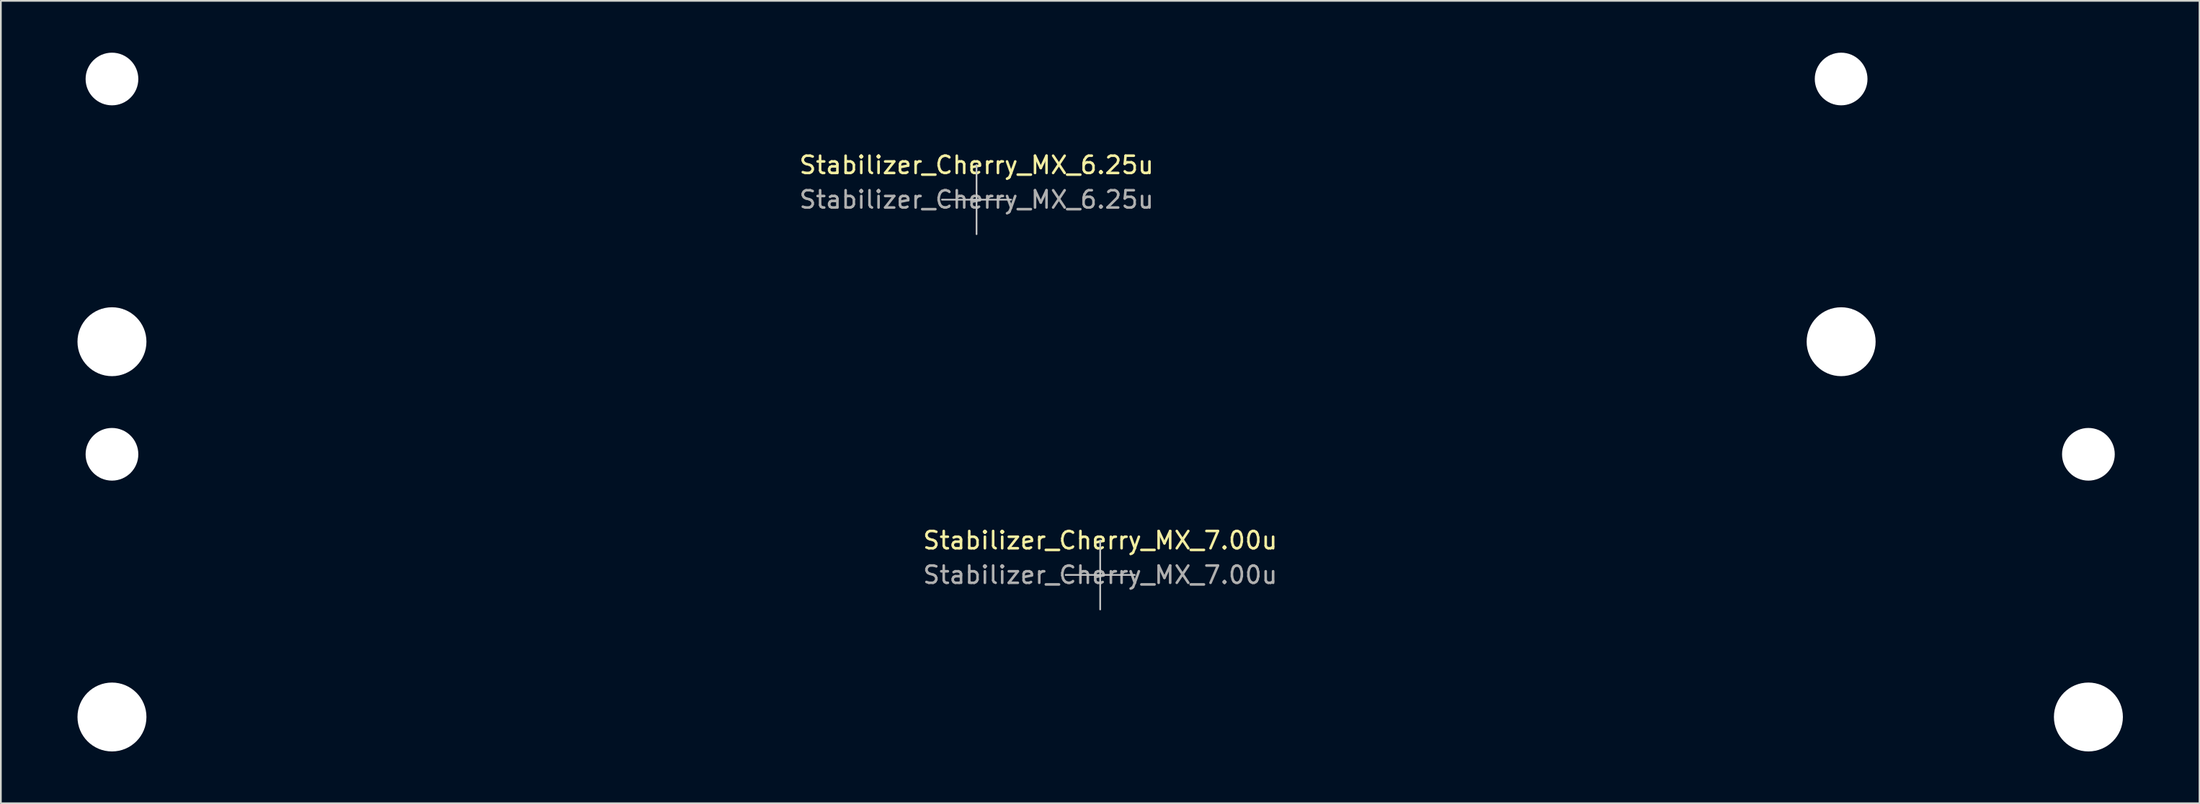
<source format=kicad_pcb>
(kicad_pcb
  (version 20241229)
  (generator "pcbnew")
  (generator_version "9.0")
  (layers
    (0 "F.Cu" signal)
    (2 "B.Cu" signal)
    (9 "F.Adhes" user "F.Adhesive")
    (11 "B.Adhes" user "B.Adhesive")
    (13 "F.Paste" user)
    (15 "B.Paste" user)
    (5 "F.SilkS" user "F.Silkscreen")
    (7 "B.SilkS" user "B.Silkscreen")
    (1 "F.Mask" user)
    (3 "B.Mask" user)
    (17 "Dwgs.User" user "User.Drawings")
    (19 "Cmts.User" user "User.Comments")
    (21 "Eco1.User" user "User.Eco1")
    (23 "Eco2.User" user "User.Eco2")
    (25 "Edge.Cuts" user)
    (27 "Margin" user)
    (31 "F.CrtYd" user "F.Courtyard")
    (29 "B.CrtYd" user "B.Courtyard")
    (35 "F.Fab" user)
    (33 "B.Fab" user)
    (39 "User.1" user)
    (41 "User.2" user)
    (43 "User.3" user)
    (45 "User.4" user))
  (footprint "Stabilizer_Cherry_MX_7.00u"
    (layer "F.Cu")
    (at 60.575 30.237)
    (property "Reference" "Stabilizer_Cherry_MX_7.00u" (at 0 -2 0) (layer "F.SilkS") (effects (font (size 1 1) (thickness 0.15))))
    (attr exclude_from_pos_files exclude_from_bom)
    (fp_line (start -2 0) (end 2 0) (stroke (width 0.1) (type solid)) (layer "Dwgs.User"))
    (fp_line (start 0 2) (end 0 -2) (stroke (width 0.1) (type solid)) (layer "Dwgs.User"))
    (fp_line (start -60.525 -5.53) (end -60.525 6.77) (stroke (width 0.1) (type solid)) (layer "Eco1.User"))
    (fp_line (start -60.525 6.77) (end -53.775 6.77) (stroke (width 0.1) (type solid)) (layer "Eco1.User"))
    (fp_line (start -53.775 -5.53) (end -60.525 -5.53) (stroke (width 0.1) (type solid)) (layer "Eco1.User"))
    (fp_line (start -53.775 6.77) (end -53.775 -5.53) (stroke (width 0.1) (type solid)) (layer "Eco1.User"))
    (fp_line (start 53.775 -5.53) (end 53.775 6.77) (stroke (width 0.1) (type solid)) (layer "Eco1.User"))
    (fp_line (start 53.775 6.77) (end 60.525 6.77) (stroke (width 0.1) (type solid)) (layer "Eco1.User"))
    (fp_line (start 60.525 -5.53) (end 53.775 -5.53) (stroke (width 0.1) (type solid)) (layer "Eco1.User"))
    (fp_line (start 60.525 6.77) (end 60.525 -5.53) (stroke (width 0.1) (type solid)) (layer "Eco1.User"))
    (fp_text user "${REFERENCE}" (at 0 0 0) (layer "F.Fab") (effects (font (size 1 1) (thickness 0.15))))
    (pad "" np_thru_hole circle (at -57.15 -6.985) (size 3.048 3.048) (drill 3.048) (layers "*.Cu" "*.Mask"))
    (pad "" np_thru_hole circle (at -57.15 8.225) (size 3.988 3.988) (drill 3.988) (layers "*.Cu" "*.Mask"))
    (pad "" np_thru_hole circle (at 57.15 -6.985) (size 3.048 3.048) (drill 3.048) (layers "*.Cu" "*.Mask"))
    (pad "" np_thru_hole circle (at 57.15 8.225) (size 3.988 3.988) (drill 3.988) (layers "*.Cu" "*.Mask")))
  (footprint "Stabilizer_Cherry_MX_6.25u"
    (layer "F.Cu")
    (at 53.425 8.509)
    (property "Reference" "Stabilizer_Cherry_MX_6.25u" (at 0 -2 0) (layer "F.SilkS") (effects (font (size 1 1) (thickness 0.15))))
    (attr exclude_from_pos_files exclude_from_bom)
    (fp_line (start -2 0) (end 2 0) (stroke (width 0.1) (type solid)) (layer "Dwgs.User"))
    (fp_line (start 0 2) (end 0 -2) (stroke (width 0.1) (type solid)) (layer "Dwgs.User"))
    (fp_line (start -53.375 -5.53) (end -53.375 6.77) (stroke (width 0.1) (type solid)) (layer "Eco1.User"))
    (fp_line (start -53.375 6.77) (end -46.625 6.77) (stroke (width 0.1) (type solid)) (layer "Eco1.User"))
    (fp_line (start -46.625 -5.53) (end -53.375 -5.53) (stroke (width 0.1) (type solid)) (layer "Eco1.User"))
    (fp_line (start -46.625 6.77) (end -46.625 -5.53) (stroke (width 0.1) (type solid)) (layer "Eco1.User"))
    (fp_line (start 46.625 -5.53) (end 46.625 6.77) (stroke (width 0.1) (type solid)) (layer "Eco1.User"))
    (fp_line (start 46.625 6.77) (end 53.375 6.77) (stroke (width 0.1) (type solid)) (layer "Eco1.User"))
    (fp_line (start 53.375 -5.53) (end 46.625 -5.53) (stroke (width 0.1) (type solid)) (layer "Eco1.User"))
    (fp_line (start 53.375 6.77) (end 53.375 -5.53) (stroke (width 0.1) (type solid)) (layer "Eco1.User"))
    (fp_text user "${REFERENCE}" (at 0 0 0) (layer "F.Fab") (effects (font (size 1 1) (thickness 0.15))))
    (pad "" np_thru_hole circle (at -50 -6.985) (size 3.048 3.048) (drill 3.048) (layers "*.Cu" "*.Mask"))
    (pad "" np_thru_hole circle (at -50 8.225) (size 3.988 3.988) (drill 3.988) (layers "*.Cu" "*.Mask"))
    (pad "" np_thru_hole circle (at 50 -6.985) (size 3.048 3.048) (drill 3.048) (layers "*.Cu" "*.Mask"))
    (pad "" np_thru_hole circle (at 50 8.225) (size 3.988 3.988) (drill 3.988) (layers "*.Cu" "*.Mask")))
  (gr_rect
    (start -3 -3)
    (end 124.15 43.456)
    (stroke (width 0.1) (type default))
    (fill no)
    (layer "Edge.Cuts")))
</source>
